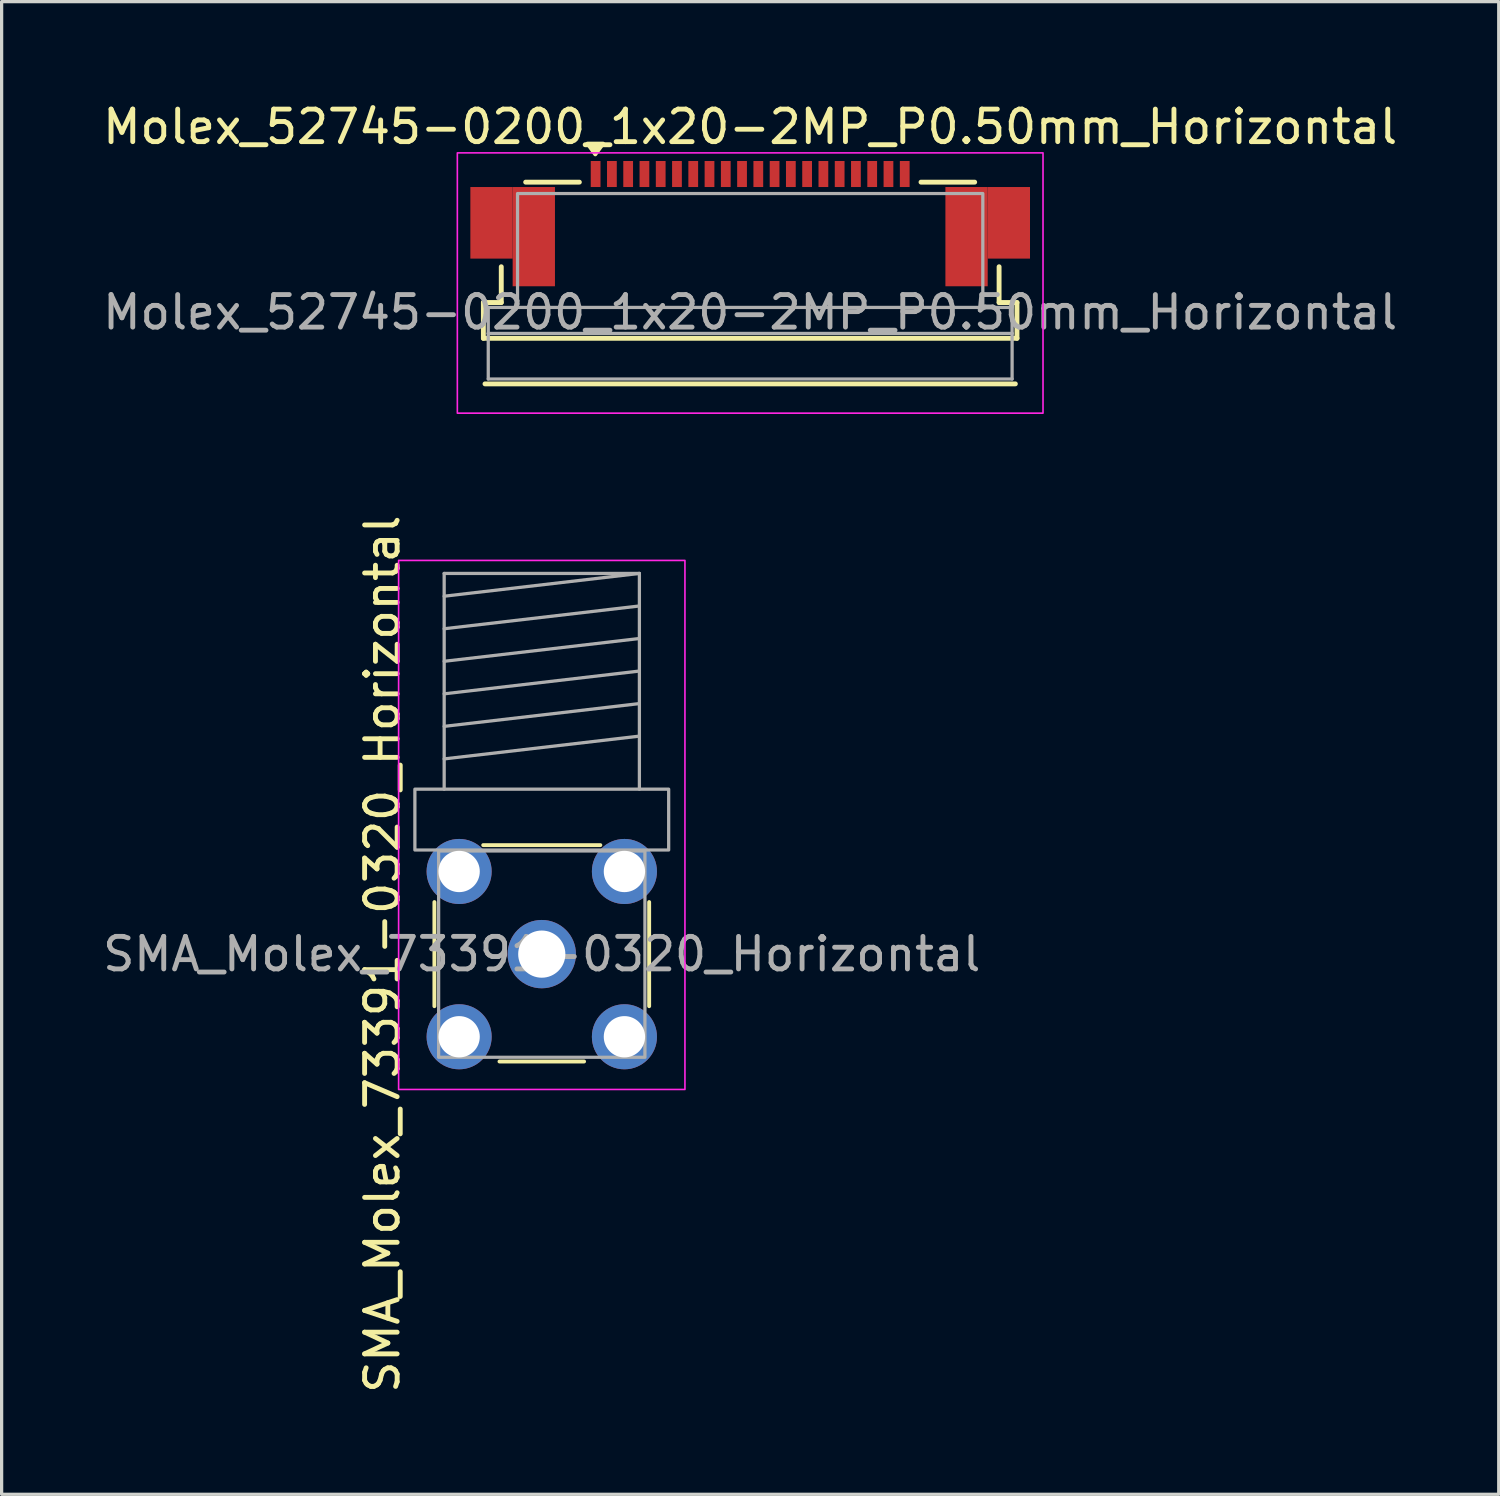
<source format=kicad_pcb>
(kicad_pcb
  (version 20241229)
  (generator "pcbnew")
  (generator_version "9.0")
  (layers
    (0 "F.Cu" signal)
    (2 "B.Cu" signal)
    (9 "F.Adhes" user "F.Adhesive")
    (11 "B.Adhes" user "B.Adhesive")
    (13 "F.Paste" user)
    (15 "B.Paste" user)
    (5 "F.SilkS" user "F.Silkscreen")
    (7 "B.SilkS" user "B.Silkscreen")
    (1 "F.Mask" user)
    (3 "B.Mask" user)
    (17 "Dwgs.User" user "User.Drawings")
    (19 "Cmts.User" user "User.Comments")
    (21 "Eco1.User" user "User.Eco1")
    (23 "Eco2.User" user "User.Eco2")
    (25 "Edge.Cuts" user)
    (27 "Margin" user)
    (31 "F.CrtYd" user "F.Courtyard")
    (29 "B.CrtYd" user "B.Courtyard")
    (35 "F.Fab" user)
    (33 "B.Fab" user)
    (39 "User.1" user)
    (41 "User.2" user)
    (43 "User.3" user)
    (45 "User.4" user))
  (footprint "SMA_Molex_73391-0320_Horizontal"
    (layer "F.Cu")
    (at 13.601 26.274)
    (property "Reference" "SMA_Molex_73391-0320_Horizontal" (at -4.9 0 90) (layer "F.SilkS") (effects (font (size 1 1) (thickness 0.15))))
    (attr through_hole)
    (fp_line (start -3.3 -1.6) (end -3.3 1.6) (stroke (width 0.12) (type solid)) (layer "F.SilkS"))
    (fp_line (start -1.8 -3.35) (end 1.8 -3.35) (stroke (width 0.12) (type solid)) (layer "F.SilkS"))
    (fp_line (start -1.3 3.3) (end 1.3 3.3) (stroke (width 0.12) (type solid)) (layer "F.SilkS"))
    (fp_line (start 3.3 -1.6) (end 3.3 1.6) (stroke (width 0.12) (type solid)) (layer "F.SilkS"))
    (fp_rect (start -4.4 -12.1) (end 4.4 4.16) (stroke (width 0.05) (type solid)) (fill no) (layer "F.CrtYd"))
    (fp_line (start -3 -11.7) (end -3 -5.07) (stroke (width 0.1) (type solid)) (layer "F.Fab"))
    (fp_line (start -3 -11.7) (end 3 -11.7) (stroke (width 0.1) (type solid)) (layer "F.Fab"))
    (fp_line (start -3 -11) (end 3 -11.7) (stroke (width 0.1) (type solid)) (layer "F.Fab"))
    (fp_line (start -3 -10) (end 3 -10.7) (stroke (width 0.1) (type solid)) (layer "F.Fab"))
    (fp_line (start -3 -9) (end 3 -9.7) (stroke (width 0.1) (type solid)) (layer "F.Fab"))
    (fp_line (start -3 -8) (end 3 -8.7) (stroke (width 0.1) (type solid)) (layer "F.Fab"))
    (fp_line (start -3 -7) (end 3 -7.7) (stroke (width 0.1) (type solid)) (layer "F.Fab"))
    (fp_line (start -3 -6) (end 3 -6.7) (stroke (width 0.1) (type solid)) (layer "F.Fab"))
    (fp_line (start 3 -11.7) (end 3 -5.07) (stroke (width 0.1) (type solid)) (layer "F.Fab"))
    (fp_rect (start -3.9 -5.07) (end 3.9 -3.2) (stroke (width 0.1) (type solid)) (fill no) (layer "F.Fab"))
    (fp_rect (start -3.17 -3.17) (end 3.17 3.17) (stroke (width 0.1) (type solid)) (fill no) (layer "F.Fab"))
    (fp_text user "${REFERENCE}" (at 0 0 0) (layer "F.Fab") (effects (font (size 1 1) (thickness 0.15))))
    (pad "1" thru_hole circle (at 0 0) (size 2.1 2.1) (drill 1.45) (layers "*.Cu" "*.Mask"))
    (pad "2" thru_hole circle (at -2.54 -2.54 90) (size 2 2) (drill 1.27) (layers "*.Cu" "*.Mask"))
    (pad "2" thru_hole circle (at -2.54 2.54 90) (size 2 2) (drill 1.27) (layers "*.Cu" "*.Mask"))
    (pad "2" thru_hole circle (at 2.54 -2.54 90) (size 2 2) (drill 1.27) (layers "*.Cu" "*.Mask"))
    (pad "2" thru_hole circle (at 2.54 2.54 90) (size 2 2) (drill 1.27) (layers "*.Cu" "*.Mask")))
  (footprint "Molex_52745-0200_1x20-2MP_P0.50mm_Horizontal"
    (layer "F.Cu")
    (at 20.006 5.048)
    (property "Reference" "Molex_52745-0200_1x20-2MP_P0.50mm_Horizontal" (at 0 -4.2 0) (layer "F.SilkS") (effects (font (size 1 1) (thickness 0.15) (bold yes))))
    (attr smd)
    (fp_line (start -8.2 2.3) (end -8.2 1.2) (stroke (width 0.15) (type default)) (layer "F.SilkS"))
    (fp_line (start -8.2 2.3) (end 8.2 2.3) (stroke (width 0.15) (type default)) (layer "F.SilkS"))
    (fp_line (start -8.15 3.7) (end 8.15 3.7) (stroke (width 0.15) (type default)) (layer "F.SilkS"))
    (fp_line (start -7.65 1.2) (end -8.2 1.2) (stroke (width 0.15) (type default)) (layer "F.SilkS"))
    (fp_line (start -7.65 1.2) (end -7.65 0.1) (stroke (width 0.15) (type default)) (layer "F.SilkS"))
    (fp_line (start -6.9 -2.5) (end -5.25 -2.5) (stroke (width 0.15) (type default)) (layer "F.SilkS"))
    (fp_line (start 5.25 -2.5) (end 6.9 -2.5) (stroke (width 0.15) (type default)) (layer "F.SilkS"))
    (fp_line (start 7.65 1.2) (end 7.65 0.1) (stroke (width 0.15) (type default)) (layer "F.SilkS"))
    (fp_line (start 7.65 1.2) (end 8.2 1.2) (stroke (width 0.15) (type default)) (layer "F.SilkS"))
    (fp_line (start 8.2 2.3) (end 8.2 1.2) (stroke (width 0.15) (type default)) (layer "F.SilkS"))
    (fp_poly (pts (xy -4.76 -3.354) (xy -5 -3.684) (xy -4.52 -3.684) (xy -4.76 -3.354)) (stroke (width 0.12) (type solid)) (fill yes) (layer "F.SilkS"))
    (fp_rect (start -9 -3.4) (end 9 4.6) (stroke (width 0.05) (type default)) (fill no) (layer "F.CrtYd"))
    (fp_line (start -8.05 1.35) (end -8.05 2.15) (stroke (width 0.1) (type default)) (layer "F.Fab"))
    (fp_line (start -8.05 2.15) (end -8.05 3.55) (stroke (width 0.1) (type default)) (layer "F.Fab"))
    (fp_line (start -8.05 2.15) (end 8.05 2.15) (stroke (width 0.1) (type default)) (layer "F.Fab"))
    (fp_line (start -8.05 3.55) (end 8.05 3.55) (stroke (width 0.1) (type default)) (layer "F.Fab"))
    (fp_line (start -7.15 1.35) (end -8.05 1.35) (stroke (width 0.1) (type default)) (layer "F.Fab"))
    (fp_line (start 8.05 1.35) (end 7.15 1.35) (stroke (width 0.1) (type default)) (layer "F.Fab"))
    (fp_line (start 8.05 2.15) (end 8.05 1.35) (stroke (width 0.1) (type default)) (layer "F.Fab"))
    (fp_line (start 8.05 3.55) (end 8.05 2.15) (stroke (width 0.1) (type default)) (layer "F.Fab"))
    (fp_rect (start -7.15 -2.15) (end 7.15 1.35) (stroke (width 0.1) (type default)) (fill no) (layer "F.Fab"))
    (fp_text user "${REFERENCE}" (at 0 1.5 0) (unlocked yes) (layer "F.Fab") (effects (font (size 1 1) (thickness 0.15))))
    (pad "1" smd rect (at -4.75 -2.75) (size 0.3 0.8) (layers "F.Cu" "F.Mask" "F.Paste"))
    (pad "2" smd rect (at -4.25 -2.75) (size 0.3 0.8) (layers "F.Cu" "F.Mask" "F.Paste"))
    (pad "3" smd rect (at -3.75 -2.75) (size 0.3 0.8) (layers "F.Cu" "F.Mask" "F.Paste"))
    (pad "4" smd rect (at -3.25 -2.75) (size 0.3 0.8) (layers "F.Cu" "F.Mask" "F.Paste"))
    (pad "5" smd rect (at -2.75 -2.75) (size 0.3 0.8) (layers "F.Cu" "F.Mask" "F.Paste"))
    (pad "6" smd rect (at -2.25 -2.75) (size 0.3 0.8) (layers "F.Cu" "F.Mask" "F.Paste"))
    (pad "7" smd rect (at -1.75 -2.75) (size 0.3 0.8) (layers "F.Cu" "F.Mask" "F.Paste"))
    (pad "8" smd rect (at -1.25 -2.75) (size 0.3 0.8) (layers "F.Cu" "F.Mask" "F.Paste"))
    (pad "9" smd rect (at -0.75 -2.75) (size 0.3 0.8) (layers "F.Cu" "F.Mask" "F.Paste"))
    (pad "10" smd rect (at -0.25 -2.75) (size 0.3 0.8) (layers "F.Cu" "F.Mask" "F.Paste"))
    (pad "11" smd rect (at 0.25 -2.75) (size 0.3 0.8) (layers "F.Cu" "F.Mask" "F.Paste"))
    (pad "12" smd rect (at 0.75 -2.75) (size 0.3 0.8) (layers "F.Cu" "F.Mask" "F.Paste"))
    (pad "13" smd rect (at 1.25 -2.75) (size 0.3 0.8) (layers "F.Cu" "F.Mask" "F.Paste"))
    (pad "14" smd rect (at 1.75 -2.75) (size 0.3 0.8) (layers "F.Cu" "F.Mask" "F.Paste"))
    (pad "15" smd rect (at 2.25 -2.75) (size 0.3 0.8) (layers "F.Cu" "F.Mask" "F.Paste"))
    (pad "16" smd rect (at 2.75 -2.75) (size 0.3 0.8) (layers "F.Cu" "F.Mask" "F.Paste"))
    (pad "17" smd rect (at 3.25 -2.75) (size 0.3 0.8) (layers "F.Cu" "F.Mask" "F.Paste"))
    (pad "18" smd rect (at 3.75 -2.75) (size 0.3 0.8) (layers "F.Cu" "F.Mask" "F.Paste"))
    (pad "19" smd rect (at 4.25 -2.75) (size 0.3 0.8) (layers "F.Cu" "F.Mask" "F.Paste"))
    (pad "20" smd rect (at 4.75 -2.75) (size 0.3 0.8) (layers "F.Cu" "F.Mask" "F.Paste"))
    (pad "MP" smd rect (at -7.95 -1.25) (size 1.3 2.2) (layers "F.Cu" "F.Mask" "F.Paste"))
    (pad "MP" smd rect (at -6.65 -0.825) (size 1.3 3.05) (layers "F.Cu" "F.Mask" "F.Paste"))
    (pad "MP" smd rect (at 6.65 -0.825) (size 1.3 3.05) (layers "F.Cu" "F.Mask" "F.Paste"))
    (pad "MP" smd rect (at 7.95 -1.25) (size 1.3 2.2) (layers "F.Cu" "F.Mask" "F.Paste")))
  (gr_rect
    (start -3 -3)
    (end 43.012 42.876)
    (stroke (width 0.1) (type default))
    (fill no)
    (layer "Edge.Cuts")))
</source>
